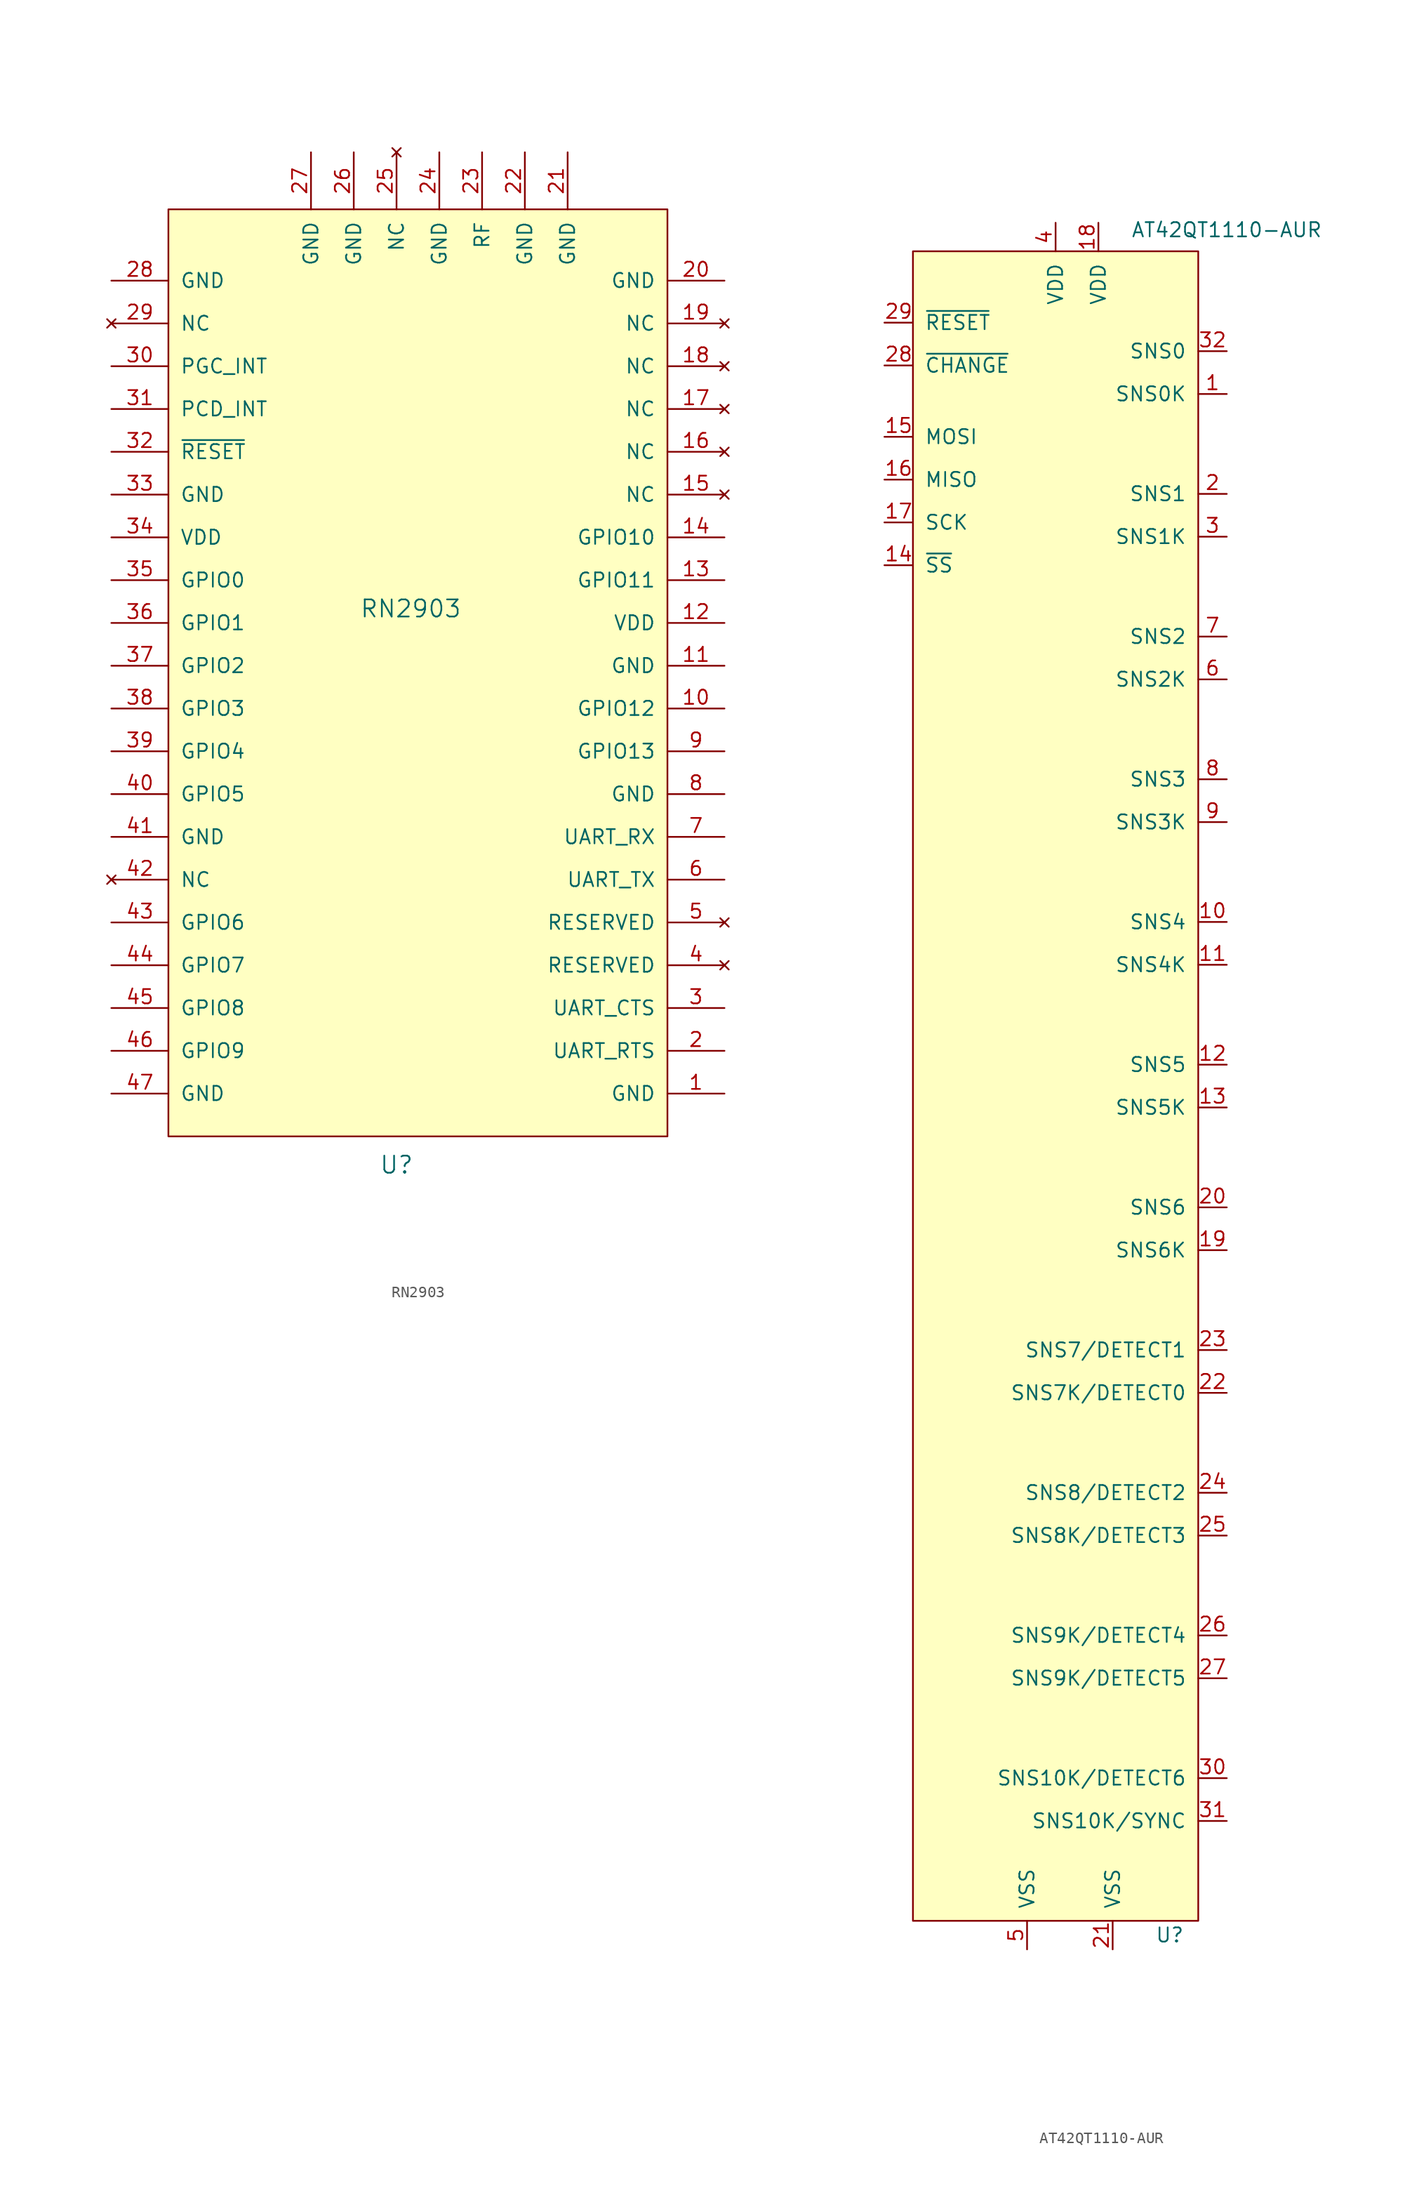
<source format=kicad_sym>
(kicad_symbol_lib
  (version 20220914)
  (generator kicad_symbol_editor)
  (symbol "RN2903"
    (pin_names
      (offset 1.016))
    (property "Reference" "U"
      (at -3.81 -40.64 0)
      (effects (font (size 1.524 1.524))))
    (property "Value" "RN2903"
      (at -2.54 8.89 0)
      (effects (font (size 1.524 1.524))))
    (symbol "RN2903_0_1"
      (rectangle (start -24.13 44.45) (end 20.32 -38.1) (stroke (width 0) (type default)) (fill (type background))))
    (symbol "RN2903_1_1"
      (pin power_in line (at 25.4 -34.29 180) (length 5.08) (name "GND" (effects (font (size 1.27 1.27)))) (number "1" (effects (font (size 1.27 1.27)))))
      (pin bidirectional line (at 25.4 0 180) (length 5.08) (name "GPIO12" (effects (font (size 1.27 1.27)))) (number "10" (effects (font (size 1.27 1.27)))))
      (pin power_in line (at 25.4 3.81 180) (length 5.08) (name "GND" (effects (font (size 1.27 1.27)))) (number "11" (effects (font (size 1.27 1.27)))))
      (pin power_in line (at 25.4 7.62 180) (length 5.08) (name "VDD" (effects (font (size 1.27 1.27)))) (number "12" (effects (font (size 1.27 1.27)))))
      (pin bidirectional line (at 25.4 11.43 180) (length 5.08) (name "GPIO11" (effects (font (size 1.27 1.27)))) (number "13" (effects (font (size 1.27 1.27)))))
      (pin bidirectional line (at 25.4 15.24 180) (length 5.08) (name "GPIO10" (effects (font (size 1.27 1.27)))) (number "14" (effects (font (size 1.27 1.27)))))
      (pin no_connect line (at 25.4 19.05 180) (length 5.08) (name "NC" (effects (font (size 1.27 1.27)))) (number "15" (effects (font (size 1.27 1.27)))))
      (pin no_connect line (at 25.4 22.86 180) (length 5.08) (name "NC" (effects (font (size 1.27 1.27)))) (number "16" (effects (font (size 1.27 1.27)))))
      (pin no_connect line (at 25.4 26.67 180) (length 5.08) (name "NC" (effects (font (size 1.27 1.27)))) (number "17" (effects (font (size 1.27 1.27)))))
      (pin no_connect line (at 25.4 30.48 180) (length 5.08) (name "NC" (effects (font (size 1.27 1.27)))) (number "18" (effects (font (size 1.27 1.27)))))
      (pin no_connect line (at 25.4 34.29 180) (length 5.08) (name "NC" (effects (font (size 1.27 1.27)))) (number "19" (effects (font (size 1.27 1.27)))))
      (pin output line (at 25.4 -30.48 180) (length 5.08) (name "UART_RTS" (effects (font (size 1.27 1.27)))) (number "2" (effects (font (size 1.27 1.27)))))
      (pin power_in line (at 25.4 38.1 180) (length 5.08) (name "GND" (effects (font (size 1.27 1.27)))) (number "20" (effects (font (size 1.27 1.27)))))
      (pin power_in line (at 11.43 49.53 270) (length 5.08) (name "GND" (effects (font (size 1.27 1.27)))) (number "21" (effects (font (size 1.27 1.27)))))
      (pin power_in line (at 7.62 49.53 270) (length 5.08) (name "GND" (effects (font (size 1.27 1.27)))) (number "22" (effects (font (size 1.27 1.27)))))
      (pin passive line (at 3.81 49.53 270) (length 5.08) (name "RF" (effects (font (size 1.27 1.27)))) (number "23" (effects (font (size 1.27 1.27)))))
      (pin power_in line (at 0 49.53 270) (length 5.08) (name "GND" (effects (font (size 1.27 1.27)))) (number "24" (effects (font (size 1.27 1.27)))))
      (pin no_connect line (at -3.81 49.53 270) (length 5.08) (name "NC" (effects (font (size 1.27 1.27)))) (number "25" (effects (font (size 1.27 1.27)))))
      (pin power_in line (at -7.62 49.53 270) (length 5.08) (name "GND" (effects (font (size 1.27 1.27)))) (number "26" (effects (font (size 1.27 1.27)))))
      (pin power_in line (at -11.43 49.53 270) (length 5.08) (name "GND" (effects (font (size 1.27 1.27)))) (number "27" (effects (font (size 1.27 1.27)))))
      (pin power_in line (at -29.21 38.1 0) (length 5.08) (name "GND" (effects (font (size 1.27 1.27)))) (number "28" (effects (font (size 1.27 1.27)))))
      (pin no_connect line (at -29.21 34.29 0) (length 5.08) (name "NC" (effects (font (size 1.27 1.27)))) (number "29" (effects (font (size 1.27 1.27)))))
      (pin input line (at 25.4 -26.67 180) (length 5.08) (name "UART_CTS" (effects (font (size 1.27 1.27)))) (number "3" (effects (font (size 1.27 1.27)))))
      (pin bidirectional line (at -29.21 30.48 0) (length 5.08) (name "PGC_INT" (effects (font (size 1.27 1.27)))) (number "30" (effects (font (size 1.27 1.27)))))
      (pin bidirectional line (at -29.21 26.67 0) (length 5.08) (name "PCD_INT" (effects (font (size 1.27 1.27)))) (number "31" (effects (font (size 1.27 1.27)))))
      (pin input line (at -29.21 22.86 0) (length 5.08) (name "~{RESET}" (effects (font (size 1.27 1.27)))) (number "32" (effects (font (size 1.27 1.27)))))
      (pin power_in line (at -29.21 19.05 0) (length 5.08) (name "GND" (effects (font (size 1.27 1.27)))) (number "33" (effects (font (size 1.27 1.27)))))
      (pin power_in line (at -29.21 15.24 0) (length 5.08) (name "VDD" (effects (font (size 1.27 1.27)))) (number "34" (effects (font (size 1.27 1.27)))))
      (pin bidirectional line (at -29.21 11.43 0) (length 5.08) (name "GPIO0" (effects (font (size 1.27 1.27)))) (number "35" (effects (font (size 1.27 1.27)))))
      (pin bidirectional line (at -29.21 7.62 0) (length 5.08) (name "GPIO1" (effects (font (size 1.27 1.27)))) (number "36" (effects (font (size 1.27 1.27)))))
      (pin bidirectional line (at -29.21 3.81 0) (length 5.08) (name "GPIO2" (effects (font (size 1.27 1.27)))) (number "37" (effects (font (size 1.27 1.27)))))
      (pin bidirectional line (at -29.21 0 0) (length 5.08) (name "GPIO3" (effects (font (size 1.27 1.27)))) (number "38" (effects (font (size 1.27 1.27)))))
      (pin bidirectional line (at -29.21 -3.81 0) (length 5.08) (name "GPIO4" (effects (font (size 1.27 1.27)))) (number "39" (effects (font (size 1.27 1.27)))))
      (pin no_connect line (at 25.4 -22.86 180) (length 5.08) (name "RESERVED" (effects (font (size 1.27 1.27)))) (number "4" (effects (font (size 1.27 1.27)))))
      (pin bidirectional line (at -29.21 -7.62 0) (length 5.08) (name "GPIO5" (effects (font (size 1.27 1.27)))) (number "40" (effects (font (size 1.27 1.27)))))
      (pin power_in line (at -29.21 -11.43 0) (length 5.08) (name "GND" (effects (font (size 1.27 1.27)))) (number "41" (effects (font (size 1.27 1.27)))))
      (pin no_connect line (at -29.21 -15.24 0) (length 5.08) (name "NC" (effects (font (size 1.27 1.27)))) (number "42" (effects (font (size 1.27 1.27)))))
      (pin bidirectional line (at -29.21 -19.05 0) (length 5.08) (name "GPIO6" (effects (font (size 1.27 1.27)))) (number "43" (effects (font (size 1.27 1.27)))))
      (pin bidirectional line (at -29.21 -22.86 0) (length 5.08) (name "GPIO7" (effects (font (size 1.27 1.27)))) (number "44" (effects (font (size 1.27 1.27)))))
      (pin bidirectional line (at -29.21 -26.67 0) (length 5.08) (name "GPIO8" (effects (font (size 1.27 1.27)))) (number "45" (effects (font (size 1.27 1.27)))))
      (pin bidirectional line (at -29.21 -30.48 0) (length 5.08) (name "GPIO9" (effects (font (size 1.27 1.27)))) (number "46" (effects (font (size 1.27 1.27)))))
      (pin power_in line (at -29.21 -34.29 0) (length 5.08) (name "GND" (effects (font (size 1.27 1.27)))) (number "47" (effects (font (size 1.27 1.27)))))
      (pin no_connect line (at 25.4 -19.05 180) (length 5.08) (name "RESERVED" (effects (font (size 1.27 1.27)))) (number "5" (effects (font (size 1.27 1.27)))))
      (pin output line (at 25.4 -15.24 180) (length 5.08) (name "UART_TX" (effects (font (size 1.27 1.27)))) (number "6" (effects (font (size 1.27 1.27)))))
      (pin input line (at 25.4 -11.43 180) (length 5.08) (name "UART_RX" (effects (font (size 1.27 1.27)))) (number "7" (effects (font (size 1.27 1.27)))))
      (pin power_in line (at 25.4 -7.62 180) (length 5.08) (name "GND" (effects (font (size 1.27 1.27)))) (number "8" (effects (font (size 1.27 1.27)))))
      (pin bidirectional line (at 25.4 -3.81 180) (length 5.08) (name "GPIO13" (effects (font (size 1.27 1.27)))) (number "9" (effects (font (size 1.27 1.27)))))))
  (symbol "‎AT42QT1110-AUR‎"
    (pin_names
      (offset 1.016))
    (property "Reference" "U"
      (at 8.89 -99.06 0)
      (effects (font (size 1.27 1.27))))
    (property "Value" "‎AT42QT1110-AUR‎"
      (at 13.97 52.705 0)
      (effects (font (size 1.27 1.27))))
    (symbol "‎AT42QT1110-AUR‎_0_1"
      (rectangle (start -13.97 50.8) (end 11.43 -97.79) (stroke (width 0) (type default)) (fill (type background))))
    (symbol "‎AT42QT1110-AUR‎_1_1"
      (pin input line (at 13.97 38.1 180) (length 2.54) (name "SNS0K" (effects (font (size 1.27 1.27)))) (number "1" (effects (font (size 1.27 1.27)))))
      (pin input line (at 13.97 -8.89 180) (length 2.54) (name "SNS4" (effects (font (size 1.27 1.27)))) (number "10" (effects (font (size 1.27 1.27)))))
      (pin input line (at 13.97 -12.7 180) (length 2.54) (name "SNS4K" (effects (font (size 1.27 1.27)))) (number "11" (effects (font (size 1.27 1.27)))))
      (pin input line (at 13.97 -21.59 180) (length 2.54) (name "SNS5" (effects (font (size 1.27 1.27)))) (number "12" (effects (font (size 1.27 1.27)))))
      (pin input line (at 13.97 -25.4 180) (length 2.54) (name "SNS5K" (effects (font (size 1.27 1.27)))) (number "13" (effects (font (size 1.27 1.27)))))
      (pin input line (at -16.51 22.86 0) (length 2.54) (name "~{SS}" (effects (font (size 1.27 1.27)))) (number "14" (effects (font (size 1.27 1.27)))))
      (pin input line (at -16.51 34.29 0) (length 2.54) (name "MOSI" (effects (font (size 1.27 1.27)))) (number "15" (effects (font (size 1.27 1.27)))))
      (pin output line (at -16.51 30.48 0) (length 2.54) (name "MISO" (effects (font (size 1.27 1.27)))) (number "16" (effects (font (size 1.27 1.27)))))
      (pin input line (at -16.51 26.67 0) (length 2.54) (name "SCK" (effects (font (size 1.27 1.27)))) (number "17" (effects (font (size 1.27 1.27)))))
      (pin power_in line (at 2.54 53.34 270) (length 2.54) (name "VDD" (effects (font (size 1.27 1.27)))) (number "18" (effects (font (size 1.27 1.27)))))
      (pin input line (at 13.97 -38.1 180) (length 2.54) (name "SNS6K" (effects (font (size 1.27 1.27)))) (number "19" (effects (font (size 1.27 1.27)))))
      (pin input line (at 13.97 29.21 180) (length 2.54) (name "SNS1" (effects (font (size 1.27 1.27)))) (number "2" (effects (font (size 1.27 1.27)))))
      (pin input line (at 13.97 -34.29 180) (length 2.54) (name "SNS6" (effects (font (size 1.27 1.27)))) (number "20" (effects (font (size 1.27 1.27)))))
      (pin power_in line (at 3.81 -100.33 90) (length 2.54) (name "VSS" (effects (font (size 1.27 1.27)))) (number "21" (effects (font (size 1.27 1.27)))))
      (pin input line (at 13.97 -50.8 180) (length 2.54) (name "SNS7K/DETECT0" (effects (font (size 1.27 1.27)))) (number "22" (effects (font (size 1.27 1.27)))))
      (pin input line (at 13.97 -46.99 180) (length 2.54) (name "SNS7/DETECT1" (effects (font (size 1.27 1.27)))) (number "23" (effects (font (size 1.27 1.27)))))
      (pin input line (at 13.97 -59.69 180) (length 2.54) (name "SNS8/DETECT2" (effects (font (size 1.27 1.27)))) (number "24" (effects (font (size 1.27 1.27)))))
      (pin input line (at 13.97 -63.5 180) (length 2.54) (name "SNS8K/DETECT3" (effects (font (size 1.27 1.27)))) (number "25" (effects (font (size 1.27 1.27)))))
      (pin input line (at 13.97 -72.39 180) (length 2.54) (name "SNS9K/DETECT4" (effects (font (size 1.27 1.27)))) (number "26" (effects (font (size 1.27 1.27)))))
      (pin input line (at 13.97 -76.2 180) (length 2.54) (name "SNS9K/DETECT5" (effects (font (size 1.27 1.27)))) (number "27" (effects (font (size 1.27 1.27)))))
      (pin output line (at -16.51 40.64 0) (length 2.54) (name "~{CHANGE}" (effects (font (size 1.27 1.27)))) (number "28" (effects (font (size 1.27 1.27)))))
      (pin input line (at -16.51 44.45 0) (length 2.54) (name "~{RESET}" (effects (font (size 1.27 1.27)))) (number "29" (effects (font (size 1.27 1.27)))))
      (pin input line (at 13.97 25.4 180) (length 2.54) (name "SNS1K" (effects (font (size 1.27 1.27)))) (number "3" (effects (font (size 1.27 1.27)))))
      (pin input line (at 13.97 -85.09 180) (length 2.54) (name "SNS10K/DETECT6" (effects (font (size 1.27 1.27)))) (number "30" (effects (font (size 1.27 1.27)))))
      (pin input line (at 13.97 -88.9 180) (length 2.54) (name "SNS10K/SYNC" (effects (font (size 1.27 1.27)))) (number "31" (effects (font (size 1.27 1.27)))))
      (pin input line (at 13.97 41.91 180) (length 2.54) (name "SNS0" (effects (font (size 1.27 1.27)))) (number "32" (effects (font (size 1.27 1.27)))))
      (pin power_in line (at -1.27 53.34 270) (length 2.54) (name "VDD" (effects (font (size 1.27 1.27)))) (number "4" (effects (font (size 1.27 1.27)))))
      (pin power_in line (at -3.81 -100.33 90) (length 2.54) (name "VSS" (effects (font (size 1.27 1.27)))) (number "5" (effects (font (size 1.27 1.27)))))
      (pin input line (at 13.97 12.7 180) (length 2.54) (name "SNS2K" (effects (font (size 1.27 1.27)))) (number "6" (effects (font (size 1.27 1.27)))))
      (pin input line (at 13.97 16.51 180) (length 2.54) (name "SNS2" (effects (font (size 1.27 1.27)))) (number "7" (effects (font (size 1.27 1.27)))))
      (pin input line (at 13.97 3.81 180) (length 2.54) (name "SNS3" (effects (font (size 1.27 1.27)))) (number "8" (effects (font (size 1.27 1.27)))))
      (pin input line (at 13.97 0 180) (length 2.54) (name "SNS3K" (effects (font (size 1.27 1.27)))) (number "9" (effects (font (size 1.27 1.27))))))))
</source>
